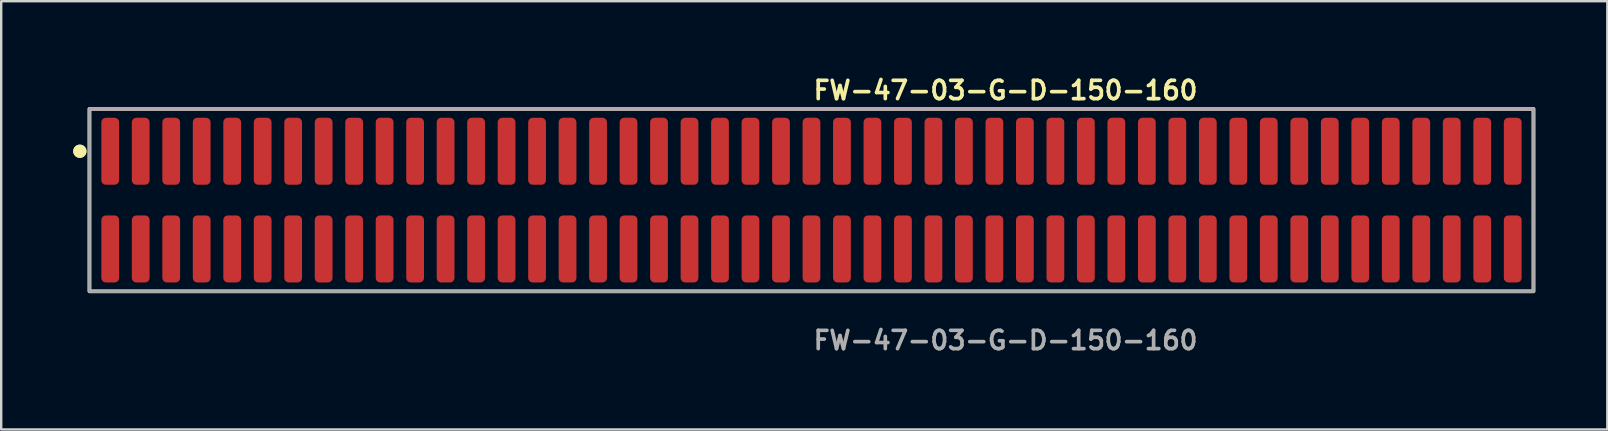
<source format=kicad_pcb>
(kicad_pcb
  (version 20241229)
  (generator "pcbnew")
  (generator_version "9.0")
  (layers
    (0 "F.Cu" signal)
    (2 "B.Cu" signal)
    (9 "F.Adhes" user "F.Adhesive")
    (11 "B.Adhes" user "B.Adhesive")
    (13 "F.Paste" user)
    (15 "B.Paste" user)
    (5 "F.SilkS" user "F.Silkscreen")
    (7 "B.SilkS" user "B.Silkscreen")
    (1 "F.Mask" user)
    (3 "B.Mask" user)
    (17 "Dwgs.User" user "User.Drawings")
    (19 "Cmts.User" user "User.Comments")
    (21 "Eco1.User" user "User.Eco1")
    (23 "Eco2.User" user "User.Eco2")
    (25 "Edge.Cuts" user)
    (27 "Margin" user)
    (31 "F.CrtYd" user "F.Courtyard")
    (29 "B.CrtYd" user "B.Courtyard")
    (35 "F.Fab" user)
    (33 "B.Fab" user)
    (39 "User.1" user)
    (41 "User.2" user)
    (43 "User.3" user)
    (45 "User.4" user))
  (footprint "FW-47-03-G-D-150-160"
    (layer "F.Cu")
    (at 30.751 5.285)
    (property "Reference" "FW-47-03-G-D-150-160" (at 0 -4.572 0) (unlocked yes) (layer "F.SilkS") (effects (font (size 0.762 0.762) (thickness 0.152)) (justify left)))
    (fp_rect (start -30.075 3.8) (end 30.075 -3.8) (stroke (width 0.152) (type solid)) (fill no) (layer "F.SilkS"))
    (fp_circle (center -30.475 -2.035) (end -30.675 -2.035) (stroke (width 0.152) (type solid)) (fill yes) (layer "F.SilkS"))
    (fp_circle (center -30.475 -2.035) (end -30.675 -2.035) (stroke (width 0.152) (type solid)) (fill yes) (layer "F.SilkS"))
    (fp_rect (start -30.075 3.8) (end 30.075 -3.8) (stroke (width 0.006) (type solid)) (fill no) (layer "F.CrtYd"))
    (fp_rect (start -30.075 3.8) (end 30.075 -3.8) (stroke (width 0.152) (type solid)) (fill no) (layer "F.Fab"))
    (fp_text user "${REFERENCE}" (at 0 5.842 0) (unlocked yes) (layer "F.Fab") (effects (font (size 0.762 0.762) (thickness 0.152)) (justify left)))
    (pad "1" smd roundrect (at -29.21 -2.035) (size 0.74 2.79) (layers "F.Cu" "F.Paste") (roundrect_rratio 0.25))
    (pad "2" smd roundrect (at -29.21 2.035) (size 0.74 2.79) (layers "F.Cu" "F.Paste") (roundrect_rratio 0.25))
    (pad "3" smd roundrect (at -27.94 -2.035) (size 0.74 2.79) (layers "F.Cu" "F.Paste") (roundrect_rratio 0.25))
    (pad "4" smd roundrect (at -27.94 2.035) (size 0.74 2.79) (layers "F.Cu" "F.Paste") (roundrect_rratio 0.25))
    (pad "5" smd roundrect (at -26.67 -2.035) (size 0.74 2.79) (layers "F.Cu" "F.Paste") (roundrect_rratio 0.25))
    (pad "6" smd roundrect (at -26.67 2.035) (size 0.74 2.79) (layers "F.Cu" "F.Paste") (roundrect_rratio 0.25))
    (pad "7" smd roundrect (at -25.4 -2.035) (size 0.74 2.79) (layers "F.Cu" "F.Paste") (roundrect_rratio 0.25))
    (pad "8" smd roundrect (at -25.4 2.035) (size 0.74 2.79) (layers "F.Cu" "F.Paste") (roundrect_rratio 0.25))
    (pad "9" smd roundrect (at -24.13 -2.035) (size 0.74 2.79) (layers "F.Cu" "F.Paste") (roundrect_rratio 0.25))
    (pad "10" smd roundrect (at -24.13 2.035) (size 0.74 2.79) (layers "F.Cu" "F.Paste") (roundrect_rratio 0.25))
    (pad "11" smd roundrect (at -22.86 -2.035) (size 0.74 2.79) (layers "F.Cu" "F.Paste") (roundrect_rratio 0.25))
    (pad "12" smd roundrect (at -22.86 2.035) (size 0.74 2.79) (layers "F.Cu" "F.Paste") (roundrect_rratio 0.25))
    (pad "13" smd roundrect (at -21.59 -2.035) (size 0.74 2.79) (layers "F.Cu" "F.Paste") (roundrect_rratio 0.25))
    (pad "14" smd roundrect (at -21.59 2.035) (size 0.74 2.79) (layers "F.Cu" "F.Paste") (roundrect_rratio 0.25))
    (pad "15" smd roundrect (at -20.32 -2.035) (size 0.74 2.79) (layers "F.Cu" "F.Paste") (roundrect_rratio 0.25))
    (pad "16" smd roundrect (at -20.32 2.035) (size 0.74 2.79) (layers "F.Cu" "F.Paste") (roundrect_rratio 0.25))
    (pad "17" smd roundrect (at -19.05 -2.035) (size 0.74 2.79) (layers "F.Cu" "F.Paste") (roundrect_rratio 0.25))
    (pad "18" smd roundrect (at -19.05 2.035) (size 0.74 2.79) (layers "F.Cu" "F.Paste") (roundrect_rratio 0.25))
    (pad "19" smd roundrect (at -17.78 -2.035) (size 0.74 2.79) (layers "F.Cu" "F.Paste") (roundrect_rratio 0.25))
    (pad "20" smd roundrect (at -17.78 2.035) (size 0.74 2.79) (layers "F.Cu" "F.Paste") (roundrect_rratio 0.25))
    (pad "21" smd roundrect (at -16.51 -2.035) (size 0.74 2.79) (layers "F.Cu" "F.Paste") (roundrect_rratio 0.25))
    (pad "22" smd roundrect (at -16.51 2.035) (size 0.74 2.79) (layers "F.Cu" "F.Paste") (roundrect_rratio 0.25))
    (pad "23" smd roundrect (at -15.24 -2.035) (size 0.74 2.79) (layers "F.Cu" "F.Paste") (roundrect_rratio 0.25))
    (pad "24" smd roundrect (at -15.24 2.035) (size 0.74 2.79) (layers "F.Cu" "F.Paste") (roundrect_rratio 0.25))
    (pad "25" smd roundrect (at -13.97 -2.035) (size 0.74 2.79) (layers "F.Cu" "F.Paste") (roundrect_rratio 0.25))
    (pad "26" smd roundrect (at -13.97 2.035) (size 0.74 2.79) (layers "F.Cu" "F.Paste") (roundrect_rratio 0.25))
    (pad "27" smd roundrect (at -12.7 -2.035) (size 0.74 2.79) (layers "F.Cu" "F.Paste") (roundrect_rratio 0.25))
    (pad "28" smd roundrect (at -12.7 2.035) (size 0.74 2.79) (layers "F.Cu" "F.Paste") (roundrect_rratio 0.25))
    (pad "29" smd roundrect (at -11.43 -2.035) (size 0.74 2.79) (layers "F.Cu" "F.Paste") (roundrect_rratio 0.25))
    (pad "30" smd roundrect (at -11.43 2.035) (size 0.74 2.79) (layers "F.Cu" "F.Paste") (roundrect_rratio 0.25))
    (pad "31" smd roundrect (at -10.16 -2.035) (size 0.74 2.79) (layers "F.Cu" "F.Paste") (roundrect_rratio 0.25))
    (pad "32" smd roundrect (at -10.16 2.035) (size 0.74 2.79) (layers "F.Cu" "F.Paste") (roundrect_rratio 0.25))
    (pad "33" smd roundrect (at -8.89 -2.035) (size 0.74 2.79) (layers "F.Cu" "F.Paste") (roundrect_rratio 0.25))
    (pad "34" smd roundrect (at -8.89 2.035) (size 0.74 2.79) (layers "F.Cu" "F.Paste") (roundrect_rratio 0.25))
    (pad "35" smd roundrect (at -7.62 -2.035) (size 0.74 2.79) (layers "F.Cu" "F.Paste") (roundrect_rratio 0.25))
    (pad "36" smd roundrect (at -7.62 2.035) (size 0.74 2.79) (layers "F.Cu" "F.Paste") (roundrect_rratio 0.25))
    (pad "37" smd roundrect (at -6.35 -2.035) (size 0.74 2.79) (layers "F.Cu" "F.Paste") (roundrect_rratio 0.25))
    (pad "38" smd roundrect (at -6.35 2.035) (size 0.74 2.79) (layers "F.Cu" "F.Paste") (roundrect_rratio 0.25))
    (pad "39" smd roundrect (at -5.08 -2.035) (size 0.74 2.79) (layers "F.Cu" "F.Paste") (roundrect_rratio 0.25))
    (pad "40" smd roundrect (at -5.08 2.035) (size 0.74 2.79) (layers "F.Cu" "F.Paste") (roundrect_rratio 0.25))
    (pad "41" smd roundrect (at -3.81 -2.035) (size 0.74 2.79) (layers "F.Cu" "F.Paste") (roundrect_rratio 0.25))
    (pad "42" smd roundrect (at -3.81 2.035) (size 0.74 2.79) (layers "F.Cu" "F.Paste") (roundrect_rratio 0.25))
    (pad "43" smd roundrect (at -2.54 -2.035) (size 0.74 2.79) (layers "F.Cu" "F.Paste") (roundrect_rratio 0.25))
    (pad "44" smd roundrect (at -2.54 2.035) (size 0.74 2.79) (layers "F.Cu" "F.Paste") (roundrect_rratio 0.25))
    (pad "45" smd roundrect (at -1.27 -2.035) (size 0.74 2.79) (layers "F.Cu" "F.Paste") (roundrect_rratio 0.25))
    (pad "46" smd roundrect (at -1.27 2.035) (size 0.74 2.79) (layers "F.Cu" "F.Paste") (roundrect_rratio 0.25))
    (pad "47" smd roundrect (at 0 -2.035) (size 0.74 2.79) (layers "F.Cu" "F.Paste") (roundrect_rratio 0.25))
    (pad "48" smd roundrect (at 0 2.035) (size 0.74 2.79) (layers "F.Cu" "F.Paste") (roundrect_rratio 0.25))
    (pad "49" smd roundrect (at 1.27 -2.035) (size 0.74 2.79) (layers "F.Cu" "F.Paste") (roundrect_rratio 0.25))
    (pad "50" smd roundrect (at 1.27 2.035) (size 0.74 2.79) (layers "F.Cu" "F.Paste") (roundrect_rratio 0.25))
    (pad "51" smd roundrect (at 2.54 -2.035) (size 0.74 2.79) (layers "F.Cu" "F.Paste") (roundrect_rratio 0.25))
    (pad "52" smd roundrect (at 2.54 2.035) (size 0.74 2.79) (layers "F.Cu" "F.Paste") (roundrect_rratio 0.25))
    (pad "53" smd roundrect (at 3.81 -2.035) (size 0.74 2.79) (layers "F.Cu" "F.Paste") (roundrect_rratio 0.25))
    (pad "54" smd roundrect (at 3.81 2.035) (size 0.74 2.79) (layers "F.Cu" "F.Paste") (roundrect_rratio 0.25))
    (pad "55" smd roundrect (at 5.08 -2.035) (size 0.74 2.79) (layers "F.Cu" "F.Paste") (roundrect_rratio 0.25))
    (pad "56" smd roundrect (at 5.08 2.035) (size 0.74 2.79) (layers "F.Cu" "F.Paste") (roundrect_rratio 0.25))
    (pad "57" smd roundrect (at 6.35 -2.035) (size 0.74 2.79) (layers "F.Cu" "F.Paste") (roundrect_rratio 0.25))
    (pad "58" smd roundrect (at 6.35 2.035) (size 0.74 2.79) (layers "F.Cu" "F.Paste") (roundrect_rratio 0.25))
    (pad "59" smd roundrect (at 7.62 -2.035) (size 0.74 2.79) (layers "F.Cu" "F.Paste") (roundrect_rratio 0.25))
    (pad "60" smd roundrect (at 7.62 2.035) (size 0.74 2.79) (layers "F.Cu" "F.Paste") (roundrect_rratio 0.25))
    (pad "61" smd roundrect (at 8.89 -2.035) (size 0.74 2.79) (layers "F.Cu" "F.Paste") (roundrect_rratio 0.25))
    (pad "62" smd roundrect (at 8.89 2.035) (size 0.74 2.79) (layers "F.Cu" "F.Paste") (roundrect_rratio 0.25))
    (pad "63" smd roundrect (at 10.16 -2.035) (size 0.74 2.79) (layers "F.Cu" "F.Paste") (roundrect_rratio 0.25))
    (pad "64" smd roundrect (at 10.16 2.035) (size 0.74 2.79) (layers "F.Cu" "F.Paste") (roundrect_rratio 0.25))
    (pad "65" smd roundrect (at 11.43 -2.035) (size 0.74 2.79) (layers "F.Cu" "F.Paste") (roundrect_rratio 0.25))
    (pad "66" smd roundrect (at 11.43 2.035) (size 0.74 2.79) (layers "F.Cu" "F.Paste") (roundrect_rratio 0.25))
    (pad "67" smd roundrect (at 12.7 -2.035) (size 0.74 2.79) (layers "F.Cu" "F.Paste") (roundrect_rratio 0.25))
    (pad "68" smd roundrect (at 12.7 2.035) (size 0.74 2.79) (layers "F.Cu" "F.Paste") (roundrect_rratio 0.25))
    (pad "69" smd roundrect (at 13.97 -2.035) (size 0.74 2.79) (layers "F.Cu" "F.Paste") (roundrect_rratio 0.25))
    (pad "70" smd roundrect (at 13.97 2.035) (size 0.74 2.79) (layers "F.Cu" "F.Paste") (roundrect_rratio 0.25))
    (pad "71" smd roundrect (at 15.24 -2.035) (size 0.74 2.79) (layers "F.Cu" "F.Paste") (roundrect_rratio 0.25))
    (pad "72" smd roundrect (at 15.24 2.035) (size 0.74 2.79) (layers "F.Cu" "F.Paste") (roundrect_rratio 0.25))
    (pad "73" smd roundrect (at 16.51 -2.035) (size 0.74 2.79) (layers "F.Cu" "F.Paste") (roundrect_rratio 0.25))
    (pad "74" smd roundrect (at 16.51 2.035) (size 0.74 2.79) (layers "F.Cu" "F.Paste") (roundrect_rratio 0.25))
    (pad "75" smd roundrect (at 17.78 -2.035) (size 0.74 2.79) (layers "F.Cu" "F.Paste") (roundrect_rratio 0.25))
    (pad "76" smd roundrect (at 17.78 2.035) (size 0.74 2.79) (layers "F.Cu" "F.Paste") (roundrect_rratio 0.25))
    (pad "77" smd roundrect (at 19.05 -2.035) (size 0.74 2.79) (layers "F.Cu" "F.Paste") (roundrect_rratio 0.25))
    (pad "78" smd roundrect (at 19.05 2.035) (size 0.74 2.79) (layers "F.Cu" "F.Paste") (roundrect_rratio 0.25))
    (pad "79" smd roundrect (at 20.32 -2.035) (size 0.74 2.79) (layers "F.Cu" "F.Paste") (roundrect_rratio 0.25))
    (pad "80" smd roundrect (at 20.32 2.035) (size 0.74 2.79) (layers "F.Cu" "F.Paste") (roundrect_rratio 0.25))
    (pad "81" smd roundrect (at 21.59 -2.035) (size 0.74 2.79) (layers "F.Cu" "F.Paste") (roundrect_rratio 0.25))
    (pad "82" smd roundrect (at 21.59 2.035) (size 0.74 2.79) (layers "F.Cu" "F.Paste") (roundrect_rratio 0.25))
    (pad "83" smd roundrect (at 22.86 -2.035) (size 0.74 2.79) (layers "F.Cu" "F.Paste") (roundrect_rratio 0.25))
    (pad "84" smd roundrect (at 22.86 2.035) (size 0.74 2.79) (layers "F.Cu" "F.Paste") (roundrect_rratio 0.25))
    (pad "85" smd roundrect (at 24.13 -2.035) (size 0.74 2.79) (layers "F.Cu" "F.Paste") (roundrect_rratio 0.25))
    (pad "86" smd roundrect (at 24.13 2.035) (size 0.74 2.79) (layers "F.Cu" "F.Paste") (roundrect_rratio 0.25))
    (pad "87" smd roundrect (at 25.4 -2.035) (size 0.74 2.79) (layers "F.Cu" "F.Paste") (roundrect_rratio 0.25))
    (pad "88" smd roundrect (at 25.4 2.035) (size 0.74 2.79) (layers "F.Cu" "F.Paste") (roundrect_rratio 0.25))
    (pad "89" smd roundrect (at 26.67 -2.035) (size 0.74 2.79) (layers "F.Cu" "F.Paste") (roundrect_rratio 0.25))
    (pad "90" smd roundrect (at 26.67 2.035) (size 0.74 2.79) (layers "F.Cu" "F.Paste") (roundrect_rratio 0.25))
    (pad "91" smd roundrect (at 27.94 -2.035) (size 0.74 2.79) (layers "F.Cu" "F.Paste") (roundrect_rratio 0.25))
    (pad "92" smd roundrect (at 27.94 2.035) (size 0.74 2.79) (layers "F.Cu" "F.Paste") (roundrect_rratio 0.25))
    (pad "93" smd roundrect (at 29.21 -2.035) (size 0.74 2.79) (layers "F.Cu" "F.Paste") (roundrect_rratio 0.25))
    (pad "94" smd roundrect (at 29.21 2.035) (size 0.74 2.79) (layers "F.Cu" "F.Paste") (roundrect_rratio 0.25)))
  (gr_rect
    (start -3 -3)
    (end 63.902 14.84)
    (stroke (width 0.1) (type default))
    (fill no)
    (layer "Edge.Cuts")))
</source>
